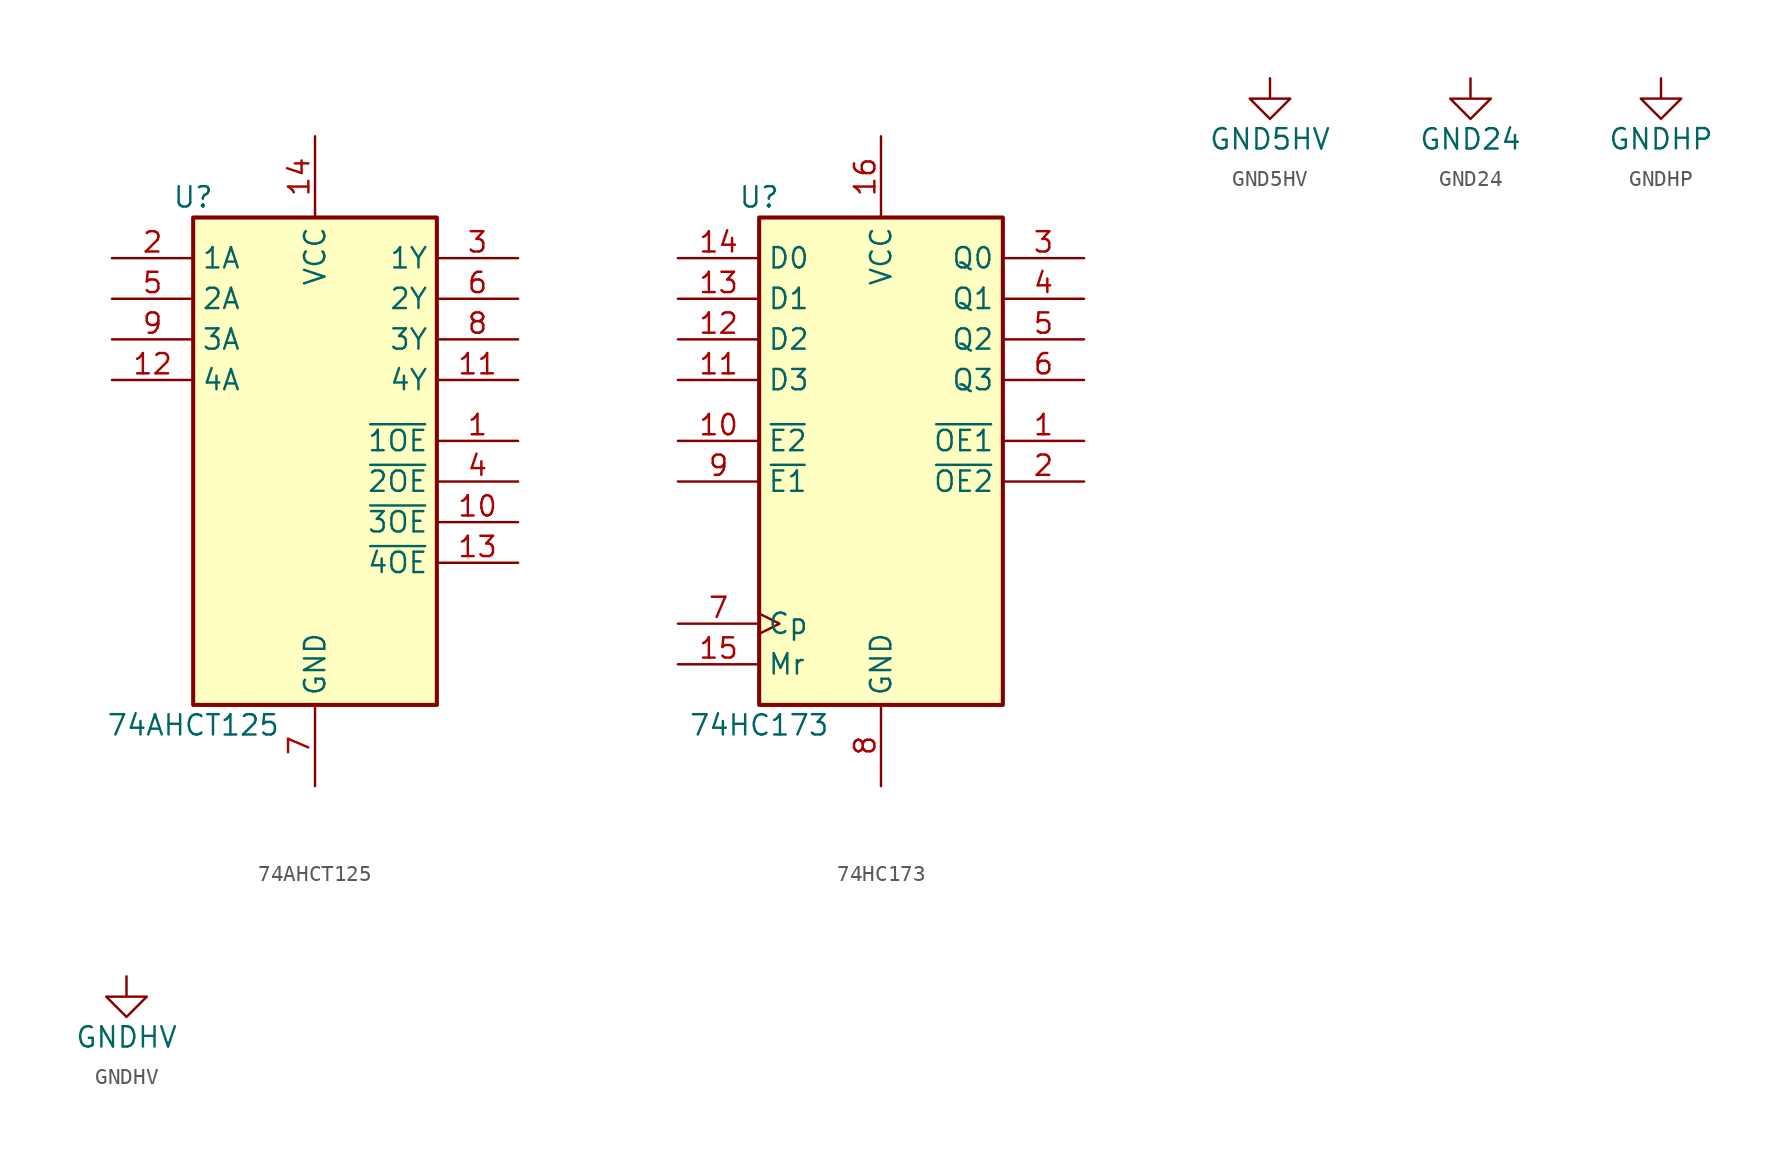
<source format=kicad_sym>
(kicad_symbol_lib
  (version 20220914)
  (generator kicad_symbol_editor)
  (symbol "74AHCT125"
    (property "Reference" "U"
      (at -7.62 16.51 0)
      (effects (font (size 1.27 1.27))))
    (property "Value" "74AHCT125"
      (at -7.62 -16.51 0)
      (effects (font (size 1.27 1.27))))
    (symbol "74AHCT125_1_0"
      (pin input line (at 12.7 1.27 180) (length 5.08) (name "~{1OE}" (effects (font (size 1.27 1.27)))) (number "1" (effects (font (size 1.27 1.27)))))
      (pin input line (at 12.7 -3.81 180) (length 5.08) (name "~{3OE}" (effects (font (size 1.27 1.27)))) (number "10" (effects (font (size 1.27 1.27)))))
      (pin output line (at 12.7 5.08 180) (length 5.08) (name "4Y" (effects (font (size 1.27 1.27)))) (number "11" (effects (font (size 1.27 1.27)))))
      (pin input line (at -12.7 5.08 0) (length 5.08) (name "4A" (effects (font (size 1.27 1.27)))) (number "12" (effects (font (size 1.27 1.27)))))
      (pin input line (at 12.7 -6.35 180) (length 5.08) (name "~{4OE}" (effects (font (size 1.27 1.27)))) (number "13" (effects (font (size 1.27 1.27)))))
      (pin power_in line (at 0 20.32 270) (length 5.08) (name "VCC" (effects (font (size 1.27 1.27)))) (number "14" (effects (font (size 1.27 1.27)))))
      (pin input line (at -12.7 12.7 0) (length 5.08) (name "1A" (effects (font (size 1.27 1.27)))) (number "2" (effects (font (size 1.27 1.27)))))
      (pin output line (at 12.7 12.7 180) (length 5.08) (name "1Y" (effects (font (size 1.27 1.27)))) (number "3" (effects (font (size 1.27 1.27)))))
      (pin input line (at 12.7 -1.27 180) (length 5.08) (name "~{2OE}" (effects (font (size 1.27 1.27)))) (number "4" (effects (font (size 1.27 1.27)))))
      (pin input line (at -12.7 10.16 0) (length 5.08) (name "2A" (effects (font (size 1.27 1.27)))) (number "5" (effects (font (size 1.27 1.27)))))
      (pin output line (at 12.7 10.16 180) (length 5.08) (name "2Y" (effects (font (size 1.27 1.27)))) (number "6" (effects (font (size 1.27 1.27)))))
      (pin power_in line (at 0 -20.32 90) (length 5.08) (name "GND" (effects (font (size 1.27 1.27)))) (number "7" (effects (font (size 1.27 1.27)))))
      (pin output line (at 12.7 7.62 180) (length 5.08) (name "3Y" (effects (font (size 1.27 1.27)))) (number "8" (effects (font (size 1.27 1.27)))))
      (pin input line (at -12.7 7.62 0) (length 5.08) (name "3A" (effects (font (size 1.27 1.27)))) (number "9" (effects (font (size 1.27 1.27))))))
    (symbol "74AHCT125_1_1"
      (rectangle (start -7.62 15.24) (end 7.62 -15.24) (stroke (width 0.254) (type default)) (fill (type background)))))
  (symbol "74HC173"
    (property "Reference" "U"
      (at -7.62 16.51 0)
      (effects (font (size 1.27 1.27))))
    (property "Value" "74HC173"
      (at -7.62 -16.51 0)
      (effects (font (size 1.27 1.27))))
    (symbol "74HC173_1_0"
      (pin output line (at 12.7 1.27 180) (length 5.08) (name "~{OE1}" (effects (font (size 1.27 1.27)))) (number "1" (effects (font (size 1.27 1.27)))))
      (pin input line (at -12.7 1.27 0) (length 5.08) (name "~{E2}" (effects (font (size 1.27 1.27)))) (number "10" (effects (font (size 1.27 1.27)))))
      (pin input line (at -12.7 5.08 0) (length 5.08) (name "D3" (effects (font (size 1.27 1.27)))) (number "11" (effects (font (size 1.27 1.27)))))
      (pin input line (at -12.7 7.62 0) (length 5.08) (name "D2" (effects (font (size 1.27 1.27)))) (number "12" (effects (font (size 1.27 1.27)))))
      (pin input line (at -12.7 10.16 0) (length 5.08) (name "D1" (effects (font (size 1.27 1.27)))) (number "13" (effects (font (size 1.27 1.27)))))
      (pin input line (at -12.7 12.7 0) (length 5.08) (name "D0" (effects (font (size 1.27 1.27)))) (number "14" (effects (font (size 1.27 1.27)))))
      (pin input line (at -12.7 -12.7 0) (length 5.08) (name "Mr" (effects (font (size 1.27 1.27)))) (number "15" (effects (font (size 1.27 1.27)))))
      (pin power_in line (at 0 20.32 270) (length 5.08) (name "VCC" (effects (font (size 1.27 1.27)))) (number "16" (effects (font (size 1.27 1.27)))))
      (pin output line (at 12.7 -1.27 180) (length 5.08) (name "~{OE2}" (effects (font (size 1.27 1.27)))) (number "2" (effects (font (size 1.27 1.27)))))
      (pin output line (at 12.7 12.7 180) (length 5.08) (name "Q0" (effects (font (size 1.27 1.27)))) (number "3" (effects (font (size 1.27 1.27)))))
      (pin output line (at 12.7 10.16 180) (length 5.08) (name "Q1" (effects (font (size 1.27 1.27)))) (number "4" (effects (font (size 1.27 1.27)))))
      (pin output line (at 12.7 7.62 180) (length 5.08) (name "Q2" (effects (font (size 1.27 1.27)))) (number "5" (effects (font (size 1.27 1.27)))))
      (pin output line (at 12.7 5.08 180) (length 5.08) (name "Q3" (effects (font (size 1.27 1.27)))) (number "6" (effects (font (size 1.27 1.27)))))
      (pin input clock (at -12.7 -10.16 0) (length 5.08) (name "Cp" (effects (font (size 1.27 1.27)))) (number "7" (effects (font (size 1.27 1.27)))))
      (pin power_in line (at 0 -20.32 90) (length 5.08) (name "GND" (effects (font (size 1.27 1.27)))) (number "8" (effects (font (size 1.27 1.27)))))
      (pin input line (at -12.7 -1.27 0) (length 5.08) (name "~{E1}" (effects (font (size 1.27 1.27)))) (number "9" (effects (font (size 1.27 1.27))))))
    (symbol "74HC173_1_1"
      (rectangle (start -7.62 15.24) (end 7.62 -15.24) (stroke (width 0.254) (type default)) (fill (type background)))))
  (symbol "GND5HV"
    (power)
    (pin_names
      (offset 0))
    (property "Reference" "#PWR"
      (at 0 -6.35 0)
      (effects (font (size 1.27 1.27)) hide))
    (property "Value" "GND5HV"
      (at 0 -3.81 0)
      (effects (font (size 1.27 1.27))))
    (symbol "GND5HV_0_1"
      (polyline (pts (xy 0 0) (xy 0 -1.27) (xy 1.27 -1.27) (xy 0 -2.54) (xy -1.27 -1.27) (xy 0 -1.27)) (stroke (width 0) (type default)) (fill (type none))))
    (symbol "GND5HV_1_1"
      (pin power_in line (at 0 0 270) (length 0) hide (name "GND5HV" (effects (font (size 1.27 1.27)))) (number "1" (effects (font (size 1.27 1.27)))))))
  (symbol "GND24"
    (power)
    (pin_names
      (offset 0))
    (property "Reference" "#PWR"
      (at 0 -6.35 0)
      (effects (font (size 1.27 1.27)) hide))
    (property "Value" "GND24"
      (at 0 -3.81 0)
      (effects (font (size 1.27 1.27))))
    (symbol "GND24_0_1"
      (polyline (pts (xy 0 0) (xy 0 -1.27) (xy 1.27 -1.27) (xy 0 -2.54) (xy -1.27 -1.27) (xy 0 -1.27)) (stroke (width 0) (type default)) (fill (type none))))
    (symbol "GND24_1_1"
      (pin power_in line (at 0 0 270) (length 0) hide (name "GND24" (effects (font (size 1.27 1.27)))) (number "1" (effects (font (size 1.27 1.27)))))))
  (symbol "GNDHP"
    (power)
    (pin_names
      (offset 0))
    (property "Reference" "#PWR"
      (at 0 -6.35 0)
      (effects (font (size 1.27 1.27)) hide))
    (property "Value" "GNDHP"
      (at 0 -3.81 0)
      (effects (font (size 1.27 1.27))))
    (symbol "GNDHP_0_1"
      (polyline (pts (xy 0 0) (xy 0 -1.27) (xy 1.27 -1.27) (xy 0 -2.54) (xy -1.27 -1.27) (xy 0 -1.27)) (stroke (width 0) (type default)) (fill (type none))))
    (symbol "GNDHP_1_1"
      (pin power_in line (at 0 0 270) (length 0) hide (name "GNDHP" (effects (font (size 1.27 1.27)))) (number "1" (effects (font (size 1.27 1.27)))))))
  (symbol "GNDHV"
    (power)
    (pin_names
      (offset 0))
    (property "Reference" "#PWR"
      (at 0 -6.35 0)
      (effects (font (size 1.27 1.27)) hide))
    (property "Value" "GNDHV"
      (at 0 -3.81 0)
      (effects (font (size 1.27 1.27))))
    (symbol "GNDHV_0_1"
      (polyline (pts (xy 0 0) (xy 0 -1.27) (xy 1.27 -1.27) (xy 0 -2.54) (xy -1.27 -1.27) (xy 0 -1.27)) (stroke (width 0) (type default)) (fill (type none))))
    (symbol "GNDHV_1_1"
      (pin power_in line (at 0 0 270) (length 0) hide (name "GNDHV" (effects (font (size 1.27 1.27)))) (number "1" (effects (font (size 1.27 1.27))))))))
</source>
